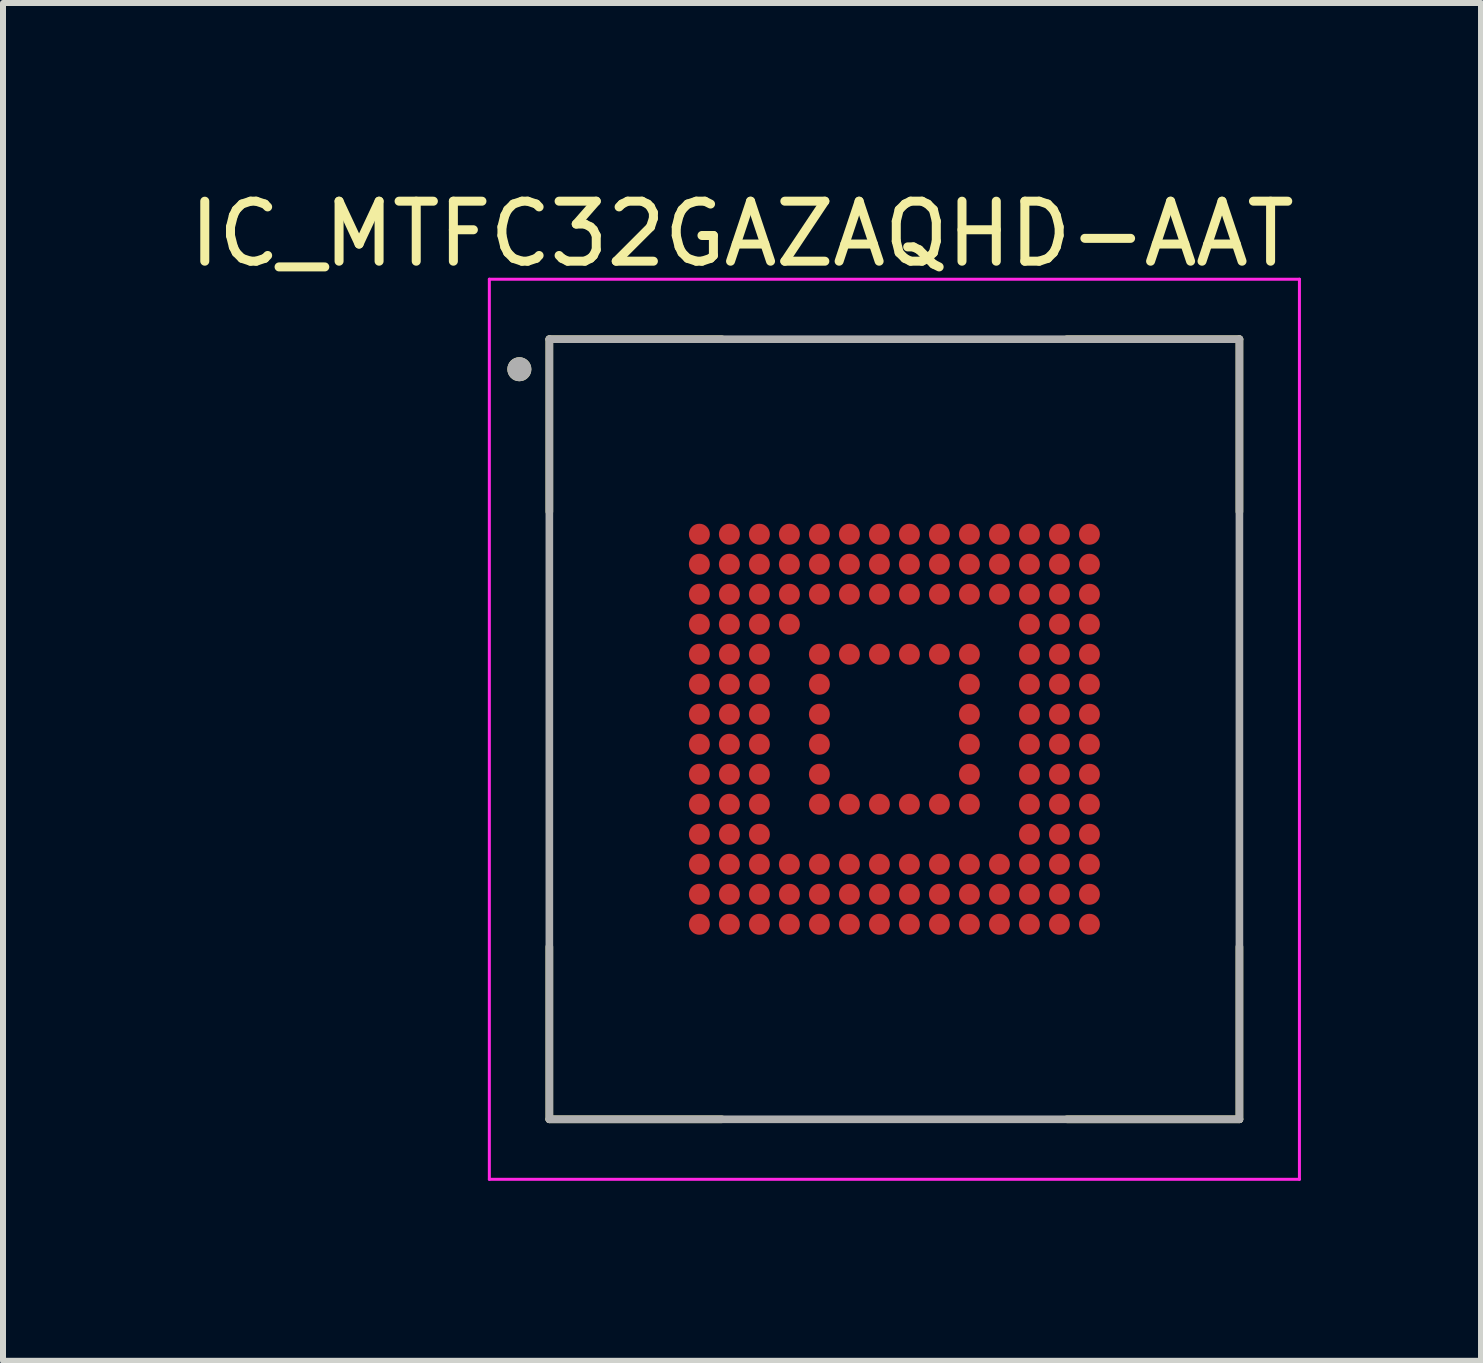
<source format=kicad_pcb>
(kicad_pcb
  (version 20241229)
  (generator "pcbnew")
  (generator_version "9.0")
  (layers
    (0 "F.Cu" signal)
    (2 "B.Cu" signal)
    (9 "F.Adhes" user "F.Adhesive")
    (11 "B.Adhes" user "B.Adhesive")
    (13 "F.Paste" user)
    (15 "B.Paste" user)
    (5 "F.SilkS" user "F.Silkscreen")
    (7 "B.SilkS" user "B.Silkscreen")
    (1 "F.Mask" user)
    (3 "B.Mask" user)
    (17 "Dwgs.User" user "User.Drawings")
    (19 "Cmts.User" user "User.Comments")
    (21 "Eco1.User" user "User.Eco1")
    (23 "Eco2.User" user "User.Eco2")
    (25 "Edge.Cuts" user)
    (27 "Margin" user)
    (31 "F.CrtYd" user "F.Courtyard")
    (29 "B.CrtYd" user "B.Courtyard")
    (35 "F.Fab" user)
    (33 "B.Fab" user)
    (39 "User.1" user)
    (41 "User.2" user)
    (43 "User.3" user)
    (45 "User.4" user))
  (footprint "IC_MTFC32GAZAQHD-AAT"
    (layer "F.Cu")
    (at 11.855 9.103)
    (property "Reference" "IC_MTFC32GAZAQHD-AAT" (at -2.54 -8.255 0) (layer "F.SilkS") (effects (font (size 1 1) (thickness 0.15))))
    (attr smd)
    (fp_circle (center -3.25 -3.25) (end -3.138 -3.25) (stroke (width 0.225) (type solid)) (fill no) (layer "F.Mask"))
    (fp_circle (center -3.25 -2.75) (end -3.138 -2.75) (stroke (width 0.225) (type solid)) (fill no) (layer "F.Mask"))
    (fp_circle (center -3.25 -2.25) (end -3.138 -2.25) (stroke (width 0.225) (type solid)) (fill no) (layer "F.Mask"))
    (fp_circle (center -3.25 -1.75) (end -3.138 -1.75) (stroke (width 0.225) (type solid)) (fill no) (layer "F.Mask"))
    (fp_circle (center -3.25 -1.25) (end -3.138 -1.25) (stroke (width 0.225) (type solid)) (fill no) (layer "F.Mask"))
    (fp_circle (center -3.25 -0.75) (end -3.138 -0.75) (stroke (width 0.225) (type solid)) (fill no) (layer "F.Mask"))
    (fp_circle (center -3.25 -0.25) (end -3.138 -0.25) (stroke (width 0.225) (type solid)) (fill no) (layer "F.Mask"))
    (fp_circle (center -3.25 0.25) (end -3.138 0.25) (stroke (width 0.225) (type solid)) (fill no) (layer "F.Mask"))
    (fp_circle (center -3.25 0.75) (end -3.138 0.75) (stroke (width 0.225) (type solid)) (fill no) (layer "F.Mask"))
    (fp_circle (center -3.25 1.25) (end -3.138 1.25) (stroke (width 0.225) (type solid)) (fill no) (layer "F.Mask"))
    (fp_circle (center -3.25 1.75) (end -3.138 1.75) (stroke (width 0.225) (type solid)) (fill no) (layer "F.Mask"))
    (fp_circle (center -3.25 2.25) (end -3.138 2.25) (stroke (width 0.225) (type solid)) (fill no) (layer "F.Mask"))
    (fp_circle (center -3.25 2.75) (end -3.138 2.75) (stroke (width 0.225) (type solid)) (fill no) (layer "F.Mask"))
    (fp_circle (center -3.25 3.25) (end -3.138 3.25) (stroke (width 0.225) (type solid)) (fill no) (layer "F.Mask"))
    (fp_circle (center -2.75 -3.25) (end -2.638 -3.25) (stroke (width 0.225) (type solid)) (fill no) (layer "F.Mask"))
    (fp_circle (center -2.75 -2.75) (end -2.638 -2.75) (stroke (width 0.225) (type solid)) (fill no) (layer "F.Mask"))
    (fp_circle (center -2.75 -2.25) (end -2.638 -2.25) (stroke (width 0.225) (type solid)) (fill no) (layer "F.Mask"))
    (fp_circle (center -2.75 -1.75) (end -2.638 -1.75) (stroke (width 0.225) (type solid)) (fill no) (layer "F.Mask"))
    (fp_circle (center -2.75 -1.25) (end -2.638 -1.25) (stroke (width 0.225) (type solid)) (fill no) (layer "F.Mask"))
    (fp_circle (center -2.75 -0.75) (end -2.638 -0.75) (stroke (width 0.225) (type solid)) (fill no) (layer "F.Mask"))
    (fp_circle (center -2.75 -0.25) (end -2.638 -0.25) (stroke (width 0.225) (type solid)) (fill no) (layer "F.Mask"))
    (fp_circle (center -2.75 0.25) (end -2.638 0.25) (stroke (width 0.225) (type solid)) (fill no) (layer "F.Mask"))
    (fp_circle (center -2.75 0.75) (end -2.638 0.75) (stroke (width 0.225) (type solid)) (fill no) (layer "F.Mask"))
    (fp_circle (center -2.75 1.25) (end -2.638 1.25) (stroke (width 0.225) (type solid)) (fill no) (layer "F.Mask"))
    (fp_circle (center -2.75 1.75) (end -2.638 1.75) (stroke (width 0.225) (type solid)) (fill no) (layer "F.Mask"))
    (fp_circle (center -2.75 2.25) (end -2.638 2.25) (stroke (width 0.225) (type solid)) (fill no) (layer "F.Mask"))
    (fp_circle (center -2.75 2.75) (end -2.638 2.75) (stroke (width 0.225) (type solid)) (fill no) (layer "F.Mask"))
    (fp_circle (center -2.75 3.25) (end -2.638 3.25) (stroke (width 0.225) (type solid)) (fill no) (layer "F.Mask"))
    (fp_circle (center -2.25 -3.25) (end -2.138 -3.25) (stroke (width 0.225) (type solid)) (fill no) (layer "F.Mask"))
    (fp_circle (center -2.25 -2.75) (end -2.138 -2.75) (stroke (width 0.225) (type solid)) (fill no) (layer "F.Mask"))
    (fp_circle (center -2.25 -2.25) (end -2.138 -2.25) (stroke (width 0.225) (type solid)) (fill no) (layer "F.Mask"))
    (fp_circle (center -2.25 -1.75) (end -2.138 -1.75) (stroke (width 0.225) (type solid)) (fill no) (layer "F.Mask"))
    (fp_circle (center -2.25 -1.25) (end -2.138 -1.25) (stroke (width 0.225) (type solid)) (fill no) (layer "F.Mask"))
    (fp_circle (center -2.25 -0.75) (end -2.138 -0.75) (stroke (width 0.225) (type solid)) (fill no) (layer "F.Mask"))
    (fp_circle (center -2.25 -0.25) (end -2.138 -0.25) (stroke (width 0.225) (type solid)) (fill no) (layer "F.Mask"))
    (fp_circle (center -2.25 0.25) (end -2.138 0.25) (stroke (width 0.225) (type solid)) (fill no) (layer "F.Mask"))
    (fp_circle (center -2.25 0.75) (end -2.138 0.75) (stroke (width 0.225) (type solid)) (fill no) (layer "F.Mask"))
    (fp_circle (center -2.25 1.25) (end -2.138 1.25) (stroke (width 0.225) (type solid)) (fill no) (layer "F.Mask"))
    (fp_circle (center -2.25 1.75) (end -2.138 1.75) (stroke (width 0.225) (type solid)) (fill no) (layer "F.Mask"))
    (fp_circle (center -2.25 2.25) (end -2.138 2.25) (stroke (width 0.225) (type solid)) (fill no) (layer "F.Mask"))
    (fp_circle (center -2.25 2.75) (end -2.138 2.75) (stroke (width 0.225) (type solid)) (fill no) (layer "F.Mask"))
    (fp_circle (center -2.25 3.25) (end -2.138 3.25) (stroke (width 0.225) (type solid)) (fill no) (layer "F.Mask"))
    (fp_circle (center -1.75 -3.25) (end -1.637 -3.25) (stroke (width 0.225) (type solid)) (fill no) (layer "F.Mask"))
    (fp_circle (center -1.75 -2.75) (end -1.637 -2.75) (stroke (width 0.225) (type solid)) (fill no) (layer "F.Mask"))
    (fp_circle (center -1.75 -2.25) (end -1.637 -2.25) (stroke (width 0.225) (type solid)) (fill no) (layer "F.Mask"))
    (fp_circle (center -1.75 -1.75) (end -1.637 -1.75) (stroke (width 0.225) (type solid)) (fill no) (layer "F.Mask"))
    (fp_circle (center -1.75 2.25) (end -1.637 2.25) (stroke (width 0.225) (type solid)) (fill no) (layer "F.Mask"))
    (fp_circle (center -1.75 2.75) (end -1.637 2.75) (stroke (width 0.225) (type solid)) (fill no) (layer "F.Mask"))
    (fp_circle (center -1.75 3.25) (end -1.637 3.25) (stroke (width 0.225) (type solid)) (fill no) (layer "F.Mask"))
    (fp_circle (center -1.25 -3.25) (end -1.137 -3.25) (stroke (width 0.225) (type solid)) (fill no) (layer "F.Mask"))
    (fp_circle (center -1.25 -2.75) (end -1.137 -2.75) (stroke (width 0.225) (type solid)) (fill no) (layer "F.Mask"))
    (fp_circle (center -1.25 -2.25) (end -1.137 -2.25) (stroke (width 0.225) (type solid)) (fill no) (layer "F.Mask"))
    (fp_circle (center -1.25 -1.25) (end -1.137 -1.25) (stroke (width 0.225) (type solid)) (fill no) (layer "F.Mask"))
    (fp_circle (center -1.25 -0.75) (end -1.137 -0.75) (stroke (width 0.225) (type solid)) (fill no) (layer "F.Mask"))
    (fp_circle (center -1.25 -0.25) (end -1.137 -0.25) (stroke (width 0.225) (type solid)) (fill no) (layer "F.Mask"))
    (fp_circle (center -1.25 0.25) (end -1.137 0.25) (stroke (width 0.225) (type solid)) (fill no) (layer "F.Mask"))
    (fp_circle (center -1.25 0.75) (end -1.137 0.75) (stroke (width 0.225) (type solid)) (fill no) (layer "F.Mask"))
    (fp_circle (center -1.25 1.25) (end -1.137 1.25) (stroke (width 0.225) (type solid)) (fill no) (layer "F.Mask"))
    (fp_circle (center -1.25 2.25) (end -1.137 2.25) (stroke (width 0.225) (type solid)) (fill no) (layer "F.Mask"))
    (fp_circle (center -1.25 2.75) (end -1.137 2.75) (stroke (width 0.225) (type solid)) (fill no) (layer "F.Mask"))
    (fp_circle (center -1.25 3.25) (end -1.137 3.25) (stroke (width 0.225) (type solid)) (fill no) (layer "F.Mask"))
    (fp_circle (center -0.75 -3.25) (end -0.637 -3.25) (stroke (width 0.225) (type solid)) (fill no) (layer "F.Mask"))
    (fp_circle (center -0.75 -2.75) (end -0.637 -2.75) (stroke (width 0.225) (type solid)) (fill no) (layer "F.Mask"))
    (fp_circle (center -0.75 -2.25) (end -0.637 -2.25) (stroke (width 0.225) (type solid)) (fill no) (layer "F.Mask"))
    (fp_circle (center -0.75 -1.25) (end -0.637 -1.25) (stroke (width 0.225) (type solid)) (fill no) (layer "F.Mask"))
    (fp_circle (center -0.75 1.25) (end -0.637 1.25) (stroke (width 0.225) (type solid)) (fill no) (layer "F.Mask"))
    (fp_circle (center -0.75 2.25) (end -0.637 2.25) (stroke (width 0.225) (type solid)) (fill no) (layer "F.Mask"))
    (fp_circle (center -0.75 2.75) (end -0.637 2.75) (stroke (width 0.225) (type solid)) (fill no) (layer "F.Mask"))
    (fp_circle (center -0.75 3.25) (end -0.637 3.25) (stroke (width 0.225) (type solid)) (fill no) (layer "F.Mask"))
    (fp_circle (center -0.25 -3.25) (end -0.138 -3.25) (stroke (width 0.225) (type solid)) (fill no) (layer "F.Mask"))
    (fp_circle (center -0.25 -2.75) (end -0.138 -2.75) (stroke (width 0.225) (type solid)) (fill no) (layer "F.Mask"))
    (fp_circle (center -0.25 -2.25) (end -0.138 -2.25) (stroke (width 0.225) (type solid)) (fill no) (layer "F.Mask"))
    (fp_circle (center -0.25 -1.25) (end -0.138 -1.25) (stroke (width 0.225) (type solid)) (fill no) (layer "F.Mask"))
    (fp_circle (center -0.25 1.25) (end -0.138 1.25) (stroke (width 0.225) (type solid)) (fill no) (layer "F.Mask"))
    (fp_circle (center -0.25 2.25) (end -0.138 2.25) (stroke (width 0.225) (type solid)) (fill no) (layer "F.Mask"))
    (fp_circle (center -0.25 2.75) (end -0.138 2.75) (stroke (width 0.225) (type solid)) (fill no) (layer "F.Mask"))
    (fp_circle (center -0.25 3.25) (end -0.138 3.25) (stroke (width 0.225) (type solid)) (fill no) (layer "F.Mask"))
    (fp_circle (center 0.25 -3.25) (end 0.362 -3.25) (stroke (width 0.225) (type solid)) (fill no) (layer "F.Mask"))
    (fp_circle (center 0.25 -2.75) (end 0.362 -2.75) (stroke (width 0.225) (type solid)) (fill no) (layer "F.Mask"))
    (fp_circle (center 0.25 -2.25) (end 0.362 -2.25) (stroke (width 0.225) (type solid)) (fill no) (layer "F.Mask"))
    (fp_circle (center 0.25 -1.25) (end 0.362 -1.25) (stroke (width 0.225) (type solid)) (fill no) (layer "F.Mask"))
    (fp_circle (center 0.25 1.25) (end 0.362 1.25) (stroke (width 0.225) (type solid)) (fill no) (layer "F.Mask"))
    (fp_circle (center 0.25 2.25) (end 0.362 2.25) (stroke (width 0.225) (type solid)) (fill no) (layer "F.Mask"))
    (fp_circle (center 0.25 2.75) (end 0.362 2.75) (stroke (width 0.225) (type solid)) (fill no) (layer "F.Mask"))
    (fp_circle (center 0.25 3.25) (end 0.362 3.25) (stroke (width 0.225) (type solid)) (fill no) (layer "F.Mask"))
    (fp_circle (center 0.75 -3.25) (end 0.863 -3.25) (stroke (width 0.225) (type solid)) (fill no) (layer "F.Mask"))
    (fp_circle (center 0.75 -2.75) (end 0.863 -2.75) (stroke (width 0.225) (type solid)) (fill no) (layer "F.Mask"))
    (fp_circle (center 0.75 -2.25) (end 0.863 -2.25) (stroke (width 0.225) (type solid)) (fill no) (layer "F.Mask"))
    (fp_circle (center 0.75 -1.25) (end 0.863 -1.25) (stroke (width 0.225) (type solid)) (fill no) (layer "F.Mask"))
    (fp_circle (center 0.75 1.25) (end 0.863 1.25) (stroke (width 0.225) (type solid)) (fill no) (layer "F.Mask"))
    (fp_circle (center 0.75 2.25) (end 0.863 2.25) (stroke (width 0.225) (type solid)) (fill no) (layer "F.Mask"))
    (fp_circle (center 0.75 2.75) (end 0.863 2.75) (stroke (width 0.225) (type solid)) (fill no) (layer "F.Mask"))
    (fp_circle (center 0.75 3.25) (end 0.863 3.25) (stroke (width 0.225) (type solid)) (fill no) (layer "F.Mask"))
    (fp_circle (center 1.25 -3.25) (end 1.363 -3.25) (stroke (width 0.225) (type solid)) (fill no) (layer "F.Mask"))
    (fp_circle (center 1.25 -2.75) (end 1.363 -2.75) (stroke (width 0.225) (type solid)) (fill no) (layer "F.Mask"))
    (fp_circle (center 1.25 -2.25) (end 1.363 -2.25) (stroke (width 0.225) (type solid)) (fill no) (layer "F.Mask"))
    (fp_circle (center 1.25 -1.25) (end 1.363 -1.25) (stroke (width 0.225) (type solid)) (fill no) (layer "F.Mask"))
    (fp_circle (center 1.25 -0.75) (end 1.363 -0.75) (stroke (width 0.225) (type solid)) (fill no) (layer "F.Mask"))
    (fp_circle (center 1.25 -0.25) (end 1.363 -0.25) (stroke (width 0.225) (type solid)) (fill no) (layer "F.Mask"))
    (fp_circle (center 1.25 0.25) (end 1.363 0.25) (stroke (width 0.225) (type solid)) (fill no) (layer "F.Mask"))
    (fp_circle (center 1.25 0.75) (end 1.363 0.75) (stroke (width 0.225) (type solid)) (fill no) (layer "F.Mask"))
    (fp_circle (center 1.25 1.25) (end 1.363 1.25) (stroke (width 0.225) (type solid)) (fill no) (layer "F.Mask"))
    (fp_circle (center 1.25 2.25) (end 1.363 2.25) (stroke (width 0.225) (type solid)) (fill no) (layer "F.Mask"))
    (fp_circle (center 1.25 2.75) (end 1.363 2.75) (stroke (width 0.225) (type solid)) (fill no) (layer "F.Mask"))
    (fp_circle (center 1.25 3.25) (end 1.363 3.25) (stroke (width 0.225) (type solid)) (fill no) (layer "F.Mask"))
    (fp_circle (center 1.75 -3.25) (end 1.863 -3.25) (stroke (width 0.225) (type solid)) (fill no) (layer "F.Mask"))
    (fp_circle (center 1.75 -2.75) (end 1.863 -2.75) (stroke (width 0.225) (type solid)) (fill no) (layer "F.Mask"))
    (fp_circle (center 1.75 -2.25) (end 1.863 -2.25) (stroke (width 0.225) (type solid)) (fill no) (layer "F.Mask"))
    (fp_circle (center 1.75 2.25) (end 1.863 2.25) (stroke (width 0.225) (type solid)) (fill no) (layer "F.Mask"))
    (fp_circle (center 1.75 2.75) (end 1.863 2.75) (stroke (width 0.225) (type solid)) (fill no) (layer "F.Mask"))
    (fp_circle (center 1.75 3.25) (end 1.863 3.25) (stroke (width 0.225) (type solid)) (fill no) (layer "F.Mask"))
    (fp_circle (center 2.25 -3.25) (end 2.362 -3.25) (stroke (width 0.225) (type solid)) (fill no) (layer "F.Mask"))
    (fp_circle (center 2.25 -2.75) (end 2.362 -2.75) (stroke (width 0.225) (type solid)) (fill no) (layer "F.Mask"))
    (fp_circle (center 2.25 -2.25) (end 2.362 -2.25) (stroke (width 0.225) (type solid)) (fill no) (layer "F.Mask"))
    (fp_circle (center 2.25 -1.75) (end 2.362 -1.75) (stroke (width 0.225) (type solid)) (fill no) (layer "F.Mask"))
    (fp_circle (center 2.25 -1.25) (end 2.362 -1.25) (stroke (width 0.225) (type solid)) (fill no) (layer "F.Mask"))
    (fp_circle (center 2.25 -0.75) (end 2.362 -0.75) (stroke (width 0.225) (type solid)) (fill no) (layer "F.Mask"))
    (fp_circle (center 2.25 -0.25) (end 2.362 -0.25) (stroke (width 0.225) (type solid)) (fill no) (layer "F.Mask"))
    (fp_circle (center 2.25 0.25) (end 2.362 0.25) (stroke (width 0.225) (type solid)) (fill no) (layer "F.Mask"))
    (fp_circle (center 2.25 0.75) (end 2.362 0.75) (stroke (width 0.225) (type solid)) (fill no) (layer "F.Mask"))
    (fp_circle (center 2.25 1.25) (end 2.362 1.25) (stroke (width 0.225) (type solid)) (fill no) (layer "F.Mask"))
    (fp_circle (center 2.25 1.75) (end 2.362 1.75) (stroke (width 0.225) (type solid)) (fill no) (layer "F.Mask"))
    (fp_circle (center 2.25 2.25) (end 2.362 2.25) (stroke (width 0.225) (type solid)) (fill no) (layer "F.Mask"))
    (fp_circle (center 2.25 2.75) (end 2.362 2.75) (stroke (width 0.225) (type solid)) (fill no) (layer "F.Mask"))
    (fp_circle (center 2.25 3.25) (end 2.362 3.25) (stroke (width 0.225) (type solid)) (fill no) (layer "F.Mask"))
    (fp_circle (center 2.75 -3.25) (end 2.862 -3.25) (stroke (width 0.225) (type solid)) (fill no) (layer "F.Mask"))
    (fp_circle (center 2.75 -2.75) (end 2.862 -2.75) (stroke (width 0.225) (type solid)) (fill no) (layer "F.Mask"))
    (fp_circle (center 2.75 -2.25) (end 2.862 -2.25) (stroke (width 0.225) (type solid)) (fill no) (layer "F.Mask"))
    (fp_circle (center 2.75 -1.75) (end 2.862 -1.75) (stroke (width 0.225) (type solid)) (fill no) (layer "F.Mask"))
    (fp_circle (center 2.75 -1.25) (end 2.862 -1.25) (stroke (width 0.225) (type solid)) (fill no) (layer "F.Mask"))
    (fp_circle (center 2.75 -0.75) (end 2.862 -0.75) (stroke (width 0.225) (type solid)) (fill no) (layer "F.Mask"))
    (fp_circle (center 2.75 -0.25) (end 2.862 -0.25) (stroke (width 0.225) (type solid)) (fill no) (layer "F.Mask"))
    (fp_circle (center 2.75 0.25) (end 2.862 0.25) (stroke (width 0.225) (type solid)) (fill no) (layer "F.Mask"))
    (fp_circle (center 2.75 0.75) (end 2.862 0.75) (stroke (width 0.225) (type solid)) (fill no) (layer "F.Mask"))
    (fp_circle (center 2.75 1.25) (end 2.862 1.25) (stroke (width 0.225) (type solid)) (fill no) (layer "F.Mask"))
    (fp_circle (center 2.75 1.75) (end 2.862 1.75) (stroke (width 0.225) (type solid)) (fill no) (layer "F.Mask"))
    (fp_circle (center 2.75 2.25) (end 2.862 2.25) (stroke (width 0.225) (type solid)) (fill no) (layer "F.Mask"))
    (fp_circle (center 2.75 2.75) (end 2.862 2.75) (stroke (width 0.225) (type solid)) (fill no) (layer "F.Mask"))
    (fp_circle (center 2.75 3.25) (end 2.862 3.25) (stroke (width 0.225) (type solid)) (fill no) (layer "F.Mask"))
    (fp_circle (center 3.25 -3.25) (end 3.362 -3.25) (stroke (width 0.225) (type solid)) (fill no) (layer "F.Mask"))
    (fp_circle (center 3.25 -2.75) (end 3.362 -2.75) (stroke (width 0.225) (type solid)) (fill no) (layer "F.Mask"))
    (fp_circle (center 3.25 -2.25) (end 3.362 -2.25) (stroke (width 0.225) (type solid)) (fill no) (layer "F.Mask"))
    (fp_circle (center 3.25 -1.75) (end 3.362 -1.75) (stroke (width 0.225) (type solid)) (fill no) (layer "F.Mask"))
    (fp_circle (center 3.25 -1.25) (end 3.362 -1.25) (stroke (width 0.225) (type solid)) (fill no) (layer "F.Mask"))
    (fp_circle (center 3.25 -0.75) (end 3.362 -0.75) (stroke (width 0.225) (type solid)) (fill no) (layer "F.Mask"))
    (fp_circle (center 3.25 -0.25) (end 3.362 -0.25) (stroke (width 0.225) (type solid)) (fill no) (layer "F.Mask"))
    (fp_circle (center 3.25 0.25) (end 3.362 0.25) (stroke (width 0.225) (type solid)) (fill no) (layer "F.Mask"))
    (fp_circle (center 3.25 0.75) (end 3.362 0.75) (stroke (width 0.225) (type solid)) (fill no) (layer "F.Mask"))
    (fp_circle (center 3.25 1.25) (end 3.362 1.25) (stroke (width 0.225) (type solid)) (fill no) (layer "F.Mask"))
    (fp_circle (center 3.25 1.75) (end 3.362 1.75) (stroke (width 0.225) (type solid)) (fill no) (layer "F.Mask"))
    (fp_circle (center 3.25 2.25) (end 3.362 2.25) (stroke (width 0.225) (type solid)) (fill no) (layer "F.Mask"))
    (fp_circle (center 3.25 2.75) (end 3.362 2.75) (stroke (width 0.225) (type solid)) (fill no) (layer "F.Mask"))
    (fp_circle (center 3.25 3.25) (end 3.362 3.25) (stroke (width 0.225) (type solid)) (fill no) (layer "F.Mask"))
    (fp_line (start -5.75 -6.5) (end -2.875 -6.5) (stroke (width 0.127) (type solid)) (layer "F.SilkS"))
    (fp_line (start -5.75 -3.625) (end -5.75 -6.5) (stroke (width 0.127) (type solid)) (layer "F.SilkS"))
    (fp_line (start -5.75 3.625) (end -5.75 6.5) (stroke (width 0.127) (type solid)) (layer "F.SilkS"))
    (fp_line (start -5.75 6.5) (end -2.875 6.5) (stroke (width 0.127) (type solid)) (layer "F.SilkS"))
    (fp_line (start 5.75 -6.5) (end 2.875 -6.5) (stroke (width 0.127) (type solid)) (layer "F.SilkS"))
    (fp_line (start 5.75 -3.625) (end 5.75 -6.5) (stroke (width 0.127) (type solid)) (layer "F.SilkS"))
    (fp_line (start 5.75 3.625) (end 5.75 6.5) (stroke (width 0.127) (type solid)) (layer "F.SilkS"))
    (fp_line (start 5.75 6.5) (end 2.875 6.5) (stroke (width 0.127) (type solid)) (layer "F.SilkS"))
    (fp_circle (center -6.25 -6) (end -6.15 -6) (stroke (width 0.2) (type solid)) (fill no) (layer "F.SilkS"))
    (fp_line (start -6.75 -7.5) (end 6.75 -7.5) (stroke (width 0.05) (type solid)) (layer "F.CrtYd"))
    (fp_line (start -6.75 7.5) (end -6.75 -7.5) (stroke (width 0.05) (type solid)) (layer "F.CrtYd"))
    (fp_line (start 6.75 -7.5) (end 6.75 7.5) (stroke (width 0.05) (type solid)) (layer "F.CrtYd"))
    (fp_line (start 6.75 7.5) (end -6.75 7.5) (stroke (width 0.05) (type solid)) (layer "F.CrtYd"))
    (fp_line (start -5.75 -6.5) (end 5.75 -6.5) (stroke (width 0.127) (type solid)) (layer "F.Fab"))
    (fp_line (start -5.75 6.5) (end -5.75 -6.5) (stroke (width 0.127) (type solid)) (layer "F.Fab"))
    (fp_line (start 5.75 -6.5) (end 5.75 6.5) (stroke (width 0.127) (type solid)) (layer "F.Fab"))
    (fp_line (start 5.75 6.5) (end -5.75 6.5) (stroke (width 0.127) (type solid)) (layer "F.Fab"))
    (fp_circle (center -6.25 -6) (end -6.15 -6) (stroke (width 0.2) (type solid)) (fill no) (layer "F.Fab"))
    (pad "A1" smd circle (at -3.25 -3.25) (size 0.35 0.35) (layers "F.Cu" "F.Paste"))
    (pad "A2" smd circle (at -2.75 -3.25) (size 0.35 0.35) (layers "F.Cu" "F.Paste"))
    (pad "A3" smd circle (at -2.25 -3.25) (size 0.35 0.35) (layers "F.Cu" "F.Paste"))
    (pad "A4" smd circle (at -1.75 -3.25) (size 0.35 0.35) (layers "F.Cu" "F.Paste"))
    (pad "A5" smd circle (at -1.25 -3.25) (size 0.35 0.35) (layers "F.Cu" "F.Paste"))
    (pad "A6" smd circle (at -0.75 -3.25) (size 0.35 0.35) (layers "F.Cu" "F.Paste"))
    (pad "A7" smd circle (at -0.25 -3.25) (size 0.35 0.35) (layers "F.Cu" "F.Paste"))
    (pad "A8" smd circle (at 0.25 -3.25) (size 0.35 0.35) (layers "F.Cu" "F.Paste"))
    (pad "A9" smd circle (at 0.75 -3.25) (size 0.35 0.35) (layers "F.Cu" "F.Paste"))
    (pad "A10" smd circle (at 1.25 -3.25) (size 0.35 0.35) (layers "F.Cu" "F.Paste"))
    (pad "A11" smd circle (at 1.75 -3.25) (size 0.35 0.35) (layers "F.Cu" "F.Paste"))
    (pad "A12" smd circle (at 2.25 -3.25) (size 0.35 0.35) (layers "F.Cu" "F.Paste"))
    (pad "A13" smd circle (at 2.75 -3.25) (size 0.35 0.35) (layers "F.Cu" "F.Paste"))
    (pad "A14" smd circle (at 3.25 -3.25) (size 0.35 0.35) (layers "F.Cu" "F.Paste"))
    (pad "B1" smd circle (at -3.25 -2.75) (size 0.35 0.35) (layers "F.Cu" "F.Paste"))
    (pad "B2" smd circle (at -2.75 -2.75) (size 0.35 0.35) (layers "F.Cu" "F.Paste"))
    (pad "B3" smd circle (at -2.25 -2.75) (size 0.35 0.35) (layers "F.Cu" "F.Paste"))
    (pad "B4" smd circle (at -1.75 -2.75) (size 0.35 0.35) (layers "F.Cu" "F.Paste"))
    (pad "B5" smd circle (at -1.25 -2.75) (size 0.35 0.35) (layers "F.Cu" "F.Paste"))
    (pad "B6" smd circle (at -0.75 -2.75) (size 0.35 0.35) (layers "F.Cu" "F.Paste"))
    (pad "B7" smd circle (at -0.25 -2.75) (size 0.35 0.35) (layers "F.Cu" "F.Paste"))
    (pad "B8" smd circle (at 0.25 -2.75) (size 0.35 0.35) (layers "F.Cu" "F.Paste"))
    (pad "B9" smd circle (at 0.75 -2.75) (size 0.35 0.35) (layers "F.Cu" "F.Paste"))
    (pad "B10" smd circle (at 1.25 -2.75) (size 0.35 0.35) (layers "F.Cu" "F.Paste"))
    (pad "B11" smd circle (at 1.75 -2.75) (size 0.35 0.35) (layers "F.Cu" "F.Paste"))
    (pad "B12" smd circle (at 2.25 -2.75) (size 0.35 0.35) (layers "F.Cu" "F.Paste"))
    (pad "B13" smd circle (at 2.75 -2.75) (size 0.35 0.35) (layers "F.Cu" "F.Paste"))
    (pad "B14" smd circle (at 3.25 -2.75) (size 0.35 0.35) (layers "F.Cu" "F.Paste"))
    (pad "C1" smd circle (at -3.25 -2.25) (size 0.35 0.35) (layers "F.Cu" "F.Paste"))
    (pad "C2" smd circle (at -2.75 -2.25) (size 0.35 0.35) (layers "F.Cu" "F.Paste"))
    (pad "C3" smd circle (at -2.25 -2.25) (size 0.35 0.35) (layers "F.Cu" "F.Paste"))
    (pad "C4" smd circle (at -1.75 -2.25) (size 0.35 0.35) (layers "F.Cu" "F.Paste"))
    (pad "C5" smd circle (at -1.25 -2.25) (size 0.35 0.35) (layers "F.Cu" "F.Paste"))
    (pad "C6" smd circle (at -0.75 -2.25) (size 0.35 0.35) (layers "F.Cu" "F.Paste"))
    (pad "C7" smd circle (at -0.25 -2.25) (size 0.35 0.35) (layers "F.Cu" "F.Paste"))
    (pad "C8" smd circle (at 0.25 -2.25) (size 0.35 0.35) (layers "F.Cu" "F.Paste"))
    (pad "C9" smd circle (at 0.75 -2.25) (size 0.35 0.35) (layers "F.Cu" "F.Paste"))
    (pad "C10" smd circle (at 1.25 -2.25) (size 0.35 0.35) (layers "F.Cu" "F.Paste"))
    (pad "C11" smd circle (at 1.75 -2.25) (size 0.35 0.35) (layers "F.Cu" "F.Paste"))
    (pad "C12" smd circle (at 2.25 -2.25) (size 0.35 0.35) (layers "F.Cu" "F.Paste"))
    (pad "C13" smd circle (at 2.75 -2.25) (size 0.35 0.35) (layers "F.Cu" "F.Paste"))
    (pad "C14" smd circle (at 3.25 -2.25) (size 0.35 0.35) (layers "F.Cu" "F.Paste"))
    (pad "D1" smd circle (at -3.25 -1.75) (size 0.35 0.35) (layers "F.Cu" "F.Paste"))
    (pad "D2" smd circle (at -2.75 -1.75) (size 0.35 0.35) (layers "F.Cu" "F.Paste"))
    (pad "D3" smd circle (at -2.25 -1.75) (size 0.35 0.35) (layers "F.Cu" "F.Paste"))
    (pad "D4" smd circle (at -1.75 -1.75) (size 0.35 0.35) (layers "F.Cu" "F.Paste"))
    (pad "D12" smd circle (at 2.25 -1.75) (size 0.35 0.35) (layers "F.Cu" "F.Paste"))
    (pad "D13" smd circle (at 2.75 -1.75) (size 0.35 0.35) (layers "F.Cu" "F.Paste"))
    (pad "D14" smd circle (at 3.25 -1.75) (size 0.35 0.35) (layers "F.Cu" "F.Paste"))
    (pad "E1" smd circle (at -3.25 -1.25) (size 0.35 0.35) (layers "F.Cu" "F.Paste"))
    (pad "E2" smd circle (at -2.75 -1.25) (size 0.35 0.35) (layers "F.Cu" "F.Paste"))
    (pad "E3" smd circle (at -2.25 -1.25) (size 0.35 0.35) (layers "F.Cu" "F.Paste"))
    (pad "E5" smd circle (at -1.25 -1.25) (size 0.35 0.35) (layers "F.Cu" "F.Paste"))
    (pad "E6" smd circle (at -0.75 -1.25) (size 0.35 0.35) (layers "F.Cu" "F.Paste"))
    (pad "E7" smd circle (at -0.25 -1.25) (size 0.35 0.35) (layers "F.Cu" "F.Paste"))
    (pad "E8" smd circle (at 0.25 -1.25) (size 0.35 0.35) (layers "F.Cu" "F.Paste"))
    (pad "E9" smd circle (at 0.75 -1.25) (size 0.35 0.35) (layers "F.Cu" "F.Paste"))
    (pad "E10" smd circle (at 1.25 -1.25) (size 0.35 0.35) (layers "F.Cu" "F.Paste"))
    (pad "E12" smd circle (at 2.25 -1.25) (size 0.35 0.35) (layers "F.Cu" "F.Paste"))
    (pad "E13" smd circle (at 2.75 -1.25) (size 0.35 0.35) (layers "F.Cu" "F.Paste"))
    (pad "E14" smd circle (at 3.25 -1.25) (size 0.35 0.35) (layers "F.Cu" "F.Paste"))
    (pad "F1" smd circle (at -3.25 -0.75) (size 0.35 0.35) (layers "F.Cu" "F.Paste"))
    (pad "F2" smd circle (at -2.75 -0.75) (size 0.35 0.35) (layers "F.Cu" "F.Paste"))
    (pad "F3" smd circle (at -2.25 -0.75) (size 0.35 0.35) (layers "F.Cu" "F.Paste"))
    (pad "F5" smd circle (at -1.25 -0.75) (size 0.35 0.35) (layers "F.Cu" "F.Paste"))
    (pad "F10" smd circle (at 1.25 -0.75) (size 0.35 0.35) (layers "F.Cu" "F.Paste"))
    (pad "F12" smd circle (at 2.25 -0.75) (size 0.35 0.35) (layers "F.Cu" "F.Paste"))
    (pad "F13" smd circle (at 2.75 -0.75) (size 0.35 0.35) (layers "F.Cu" "F.Paste"))
    (pad "F14" smd circle (at 3.25 -0.75) (size 0.35 0.35) (layers "F.Cu" "F.Paste"))
    (pad "G1" smd circle (at -3.25 -0.25) (size 0.35 0.35) (layers "F.Cu" "F.Paste"))
    (pad "G2" smd circle (at -2.75 -0.25) (size 0.35 0.35) (layers "F.Cu" "F.Paste"))
    (pad "G3" smd circle (at -2.25 -0.25) (size 0.35 0.35) (layers "F.Cu" "F.Paste"))
    (pad "G5" smd circle (at -1.25 -0.25) (size 0.35 0.35) (layers "F.Cu" "F.Paste"))
    (pad "G10" smd circle (at 1.25 -0.25) (size 0.35 0.35) (layers "F.Cu" "F.Paste"))
    (pad "G12" smd circle (at 2.25 -0.25) (size 0.35 0.35) (layers "F.Cu" "F.Paste"))
    (pad "G13" smd circle (at 2.75 -0.25) (size 0.35 0.35) (layers "F.Cu" "F.Paste"))
    (pad "G14" smd circle (at 3.25 -0.25) (size 0.35 0.35) (layers "F.Cu" "F.Paste"))
    (pad "H1" smd circle (at -3.25 0.25) (size 0.35 0.35) (layers "F.Cu" "F.Paste"))
    (pad "H2" smd circle (at -2.75 0.25) (size 0.35 0.35) (layers "F.Cu" "F.Paste"))
    (pad "H3" smd circle (at -2.25 0.25) (size 0.35 0.35) (layers "F.Cu" "F.Paste"))
    (pad "H5" smd circle (at -1.25 0.25) (size 0.35 0.35) (layers "F.Cu" "F.Paste"))
    (pad "H10" smd circle (at 1.25 0.25) (size 0.35 0.35) (layers "F.Cu" "F.Paste"))
    (pad "H12" smd circle (at 2.25 0.25) (size 0.35 0.35) (layers "F.Cu" "F.Paste"))
    (pad "H13" smd circle (at 2.75 0.25) (size 0.35 0.35) (layers "F.Cu" "F.Paste"))
    (pad "H14" smd circle (at 3.25 0.25) (size 0.35 0.35) (layers "F.Cu" "F.Paste"))
    (pad "J1" smd circle (at -3.25 0.75) (size 0.35 0.35) (layers "F.Cu" "F.Paste"))
    (pad "J2" smd circle (at -2.75 0.75) (size 0.35 0.35) (layers "F.Cu" "F.Paste"))
    (pad "J3" smd circle (at -2.25 0.75) (size 0.35 0.35) (layers "F.Cu" "F.Paste"))
    (pad "J5" smd circle (at -1.25 0.75) (size 0.35 0.35) (layers "F.Cu" "F.Paste"))
    (pad "J10" smd circle (at 1.25 0.75) (size 0.35 0.35) (layers "F.Cu" "F.Paste"))
    (pad "J12" smd circle (at 2.25 0.75) (size 0.35 0.35) (layers "F.Cu" "F.Paste"))
    (pad "J13" smd circle (at 2.75 0.75) (size 0.35 0.35) (layers "F.Cu" "F.Paste"))
    (pad "J14" smd circle (at 3.25 0.75) (size 0.35 0.35) (layers "F.Cu" "F.Paste"))
    (pad "K1" smd circle (at -3.25 1.25) (size 0.35 0.35) (layers "F.Cu" "F.Paste"))
    (pad "K2" smd circle (at -2.75 1.25) (size 0.35 0.35) (layers "F.Cu" "F.Paste"))
    (pad "K3" smd circle (at -2.25 1.25) (size 0.35 0.35) (layers "F.Cu" "F.Paste"))
    (pad "K5" smd circle (at -1.25 1.25) (size 0.35 0.35) (layers "F.Cu" "F.Paste"))
    (pad "K6" smd circle (at -0.75 1.25) (size 0.35 0.35) (layers "F.Cu" "F.Paste"))
    (pad "K7" smd circle (at -0.25 1.25) (size 0.35 0.35) (layers "F.Cu" "F.Paste"))
    (pad "K8" smd circle (at 0.25 1.25) (size 0.35 0.35) (layers "F.Cu" "F.Paste"))
    (pad "K9" smd circle (at 0.75 1.25) (size 0.35 0.35) (layers "F.Cu" "F.Paste"))
    (pad "K10" smd circle (at 1.25 1.25) (size 0.35 0.35) (layers "F.Cu" "F.Paste"))
    (pad "K12" smd circle (at 2.25 1.25) (size 0.35 0.35) (layers "F.Cu" "F.Paste"))
    (pad "K13" smd circle (at 2.75 1.25) (size 0.35 0.35) (layers "F.Cu" "F.Paste"))
    (pad "K14" smd circle (at 3.25 1.25) (size 0.35 0.35) (layers "F.Cu" "F.Paste"))
    (pad "L1" smd circle (at -3.25 1.75) (size 0.35 0.35) (layers "F.Cu" "F.Paste"))
    (pad "L2" smd circle (at -2.75 1.75) (size 0.35 0.35) (layers "F.Cu" "F.Paste"))
    (pad "L3" smd circle (at -2.25 1.75) (size 0.35 0.35) (layers "F.Cu" "F.Paste"))
    (pad "L12" smd circle (at 2.25 1.75) (size 0.35 0.35) (layers "F.Cu" "F.Paste"))
    (pad "L13" smd circle (at 2.75 1.75) (size 0.35 0.35) (layers "F.Cu" "F.Paste"))
    (pad "L14" smd circle (at 3.25 1.75) (size 0.35 0.35) (layers "F.Cu" "F.Paste"))
    (pad "M1" smd circle (at -3.25 2.25) (size 0.35 0.35) (layers "F.Cu" "F.Paste"))
    (pad "M2" smd circle (at -2.75 2.25) (size 0.35 0.35) (layers "F.Cu" "F.Paste"))
    (pad "M3" smd circle (at -2.25 2.25) (size 0.35 0.35) (layers "F.Cu" "F.Paste"))
    (pad "M4" smd circle (at -1.75 2.25) (size 0.35 0.35) (layers "F.Cu" "F.Paste"))
    (pad "M5" smd circle (at -1.25 2.25) (size 0.35 0.35) (layers "F.Cu" "F.Paste"))
    (pad "M6" smd circle (at -0.75 2.25) (size 0.35 0.35) (layers "F.Cu" "F.Paste"))
    (pad "M7" smd circle (at -0.25 2.25) (size 0.35 0.35) (layers "F.Cu" "F.Paste"))
    (pad "M8" smd circle (at 0.25 2.25) (size 0.35 0.35) (layers "F.Cu" "F.Paste"))
    (pad "M9" smd circle (at 0.75 2.25) (size 0.35 0.35) (layers "F.Cu" "F.Paste"))
    (pad "M10" smd circle (at 1.25 2.25) (size 0.35 0.35) (layers "F.Cu" "F.Paste"))
    (pad "M11" smd circle (at 1.75 2.25) (size 0.35 0.35) (layers "F.Cu" "F.Paste"))
    (pad "M12" smd circle (at 2.25 2.25) (size 0.35 0.35) (layers "F.Cu" "F.Paste"))
    (pad "M13" smd circle (at 2.75 2.25) (size 0.35 0.35) (layers "F.Cu" "F.Paste"))
    (pad "M14" smd circle (at 3.25 2.25) (size 0.35 0.35) (layers "F.Cu" "F.Paste"))
    (pad "N1" smd circle (at -3.25 2.75) (size 0.35 0.35) (layers "F.Cu" "F.Paste"))
    (pad "N2" smd circle (at -2.75 2.75) (size 0.35 0.35) (layers "F.Cu" "F.Paste"))
    (pad "N3" smd circle (at -2.25 2.75) (size 0.35 0.35) (layers "F.Cu" "F.Paste"))
    (pad "N4" smd circle (at -1.75 2.75) (size 0.35 0.35) (layers "F.Cu" "F.Paste"))
    (pad "N5" smd circle (at -1.25 2.75) (size 0.35 0.35) (layers "F.Cu" "F.Paste"))
    (pad "N6" smd circle (at -0.75 2.75) (size 0.35 0.35) (layers "F.Cu" "F.Paste"))
    (pad "N7" smd circle (at -0.25 2.75) (size 0.35 0.35) (layers "F.Cu" "F.Paste"))
    (pad "N8" smd circle (at 0.25 2.75) (size 0.35 0.35) (layers "F.Cu" "F.Paste"))
    (pad "N9" smd circle (at 0.75 2.75) (size 0.35 0.35) (layers "F.Cu" "F.Paste"))
    (pad "N10" smd circle (at 1.25 2.75) (size 0.35 0.35) (layers "F.Cu" "F.Paste"))
    (pad "N11" smd circle (at 1.75 2.75) (size 0.35 0.35) (layers "F.Cu" "F.Paste"))
    (pad "N12" smd circle (at 2.25 2.75) (size 0.35 0.35) (layers "F.Cu" "F.Paste"))
    (pad "N13" smd circle (at 2.75 2.75) (size 0.35 0.35) (layers "F.Cu" "F.Paste"))
    (pad "N14" smd circle (at 3.25 2.75) (size 0.35 0.35) (layers "F.Cu" "F.Paste"))
    (pad "P1" smd circle (at -3.25 3.25) (size 0.35 0.35) (layers "F.Cu" "F.Paste"))
    (pad "P2" smd circle (at -2.75 3.25) (size 0.35 0.35) (layers "F.Cu" "F.Paste"))
    (pad "P3" smd circle (at -2.25 3.25) (size 0.35 0.35) (layers "F.Cu" "F.Paste"))
    (pad "P4" smd circle (at -1.75 3.25) (size 0.35 0.35) (layers "F.Cu" "F.Paste"))
    (pad "P5" smd circle (at -1.25 3.25) (size 0.35 0.35) (layers "F.Cu" "F.Paste"))
    (pad "P6" smd circle (at -0.75 3.25) (size 0.35 0.35) (layers "F.Cu" "F.Paste"))
    (pad "P7" smd circle (at -0.25 3.25) (size 0.35 0.35) (layers "F.Cu" "F.Paste"))
    (pad "P8" smd circle (at 0.25 3.25) (size 0.35 0.35) (layers "F.Cu" "F.Paste"))
    (pad "P9" smd circle (at 0.75 3.25) (size 0.35 0.35) (layers "F.Cu" "F.Paste"))
    (pad "P10" smd circle (at 1.25 3.25) (size 0.35 0.35) (layers "F.Cu" "F.Paste"))
    (pad "P11" smd circle (at 1.75 3.25) (size 0.35 0.35) (layers "F.Cu" "F.Paste"))
    (pad "P12" smd circle (at 2.25 3.25) (size 0.35 0.35) (layers "F.Cu" "F.Paste"))
    (pad "P13" smd circle (at 2.75 3.25) (size 0.35 0.35) (layers "F.Cu" "F.Paste"))
    (pad "P14" smd circle (at 3.25 3.25) (size 0.35 0.35) (layers "F.Cu" "F.Paste")))
  (gr_rect
    (start -3 -3)
    (end 21.631 19.628)
    (stroke (width 0.1) (type default))
    (fill no)
    (layer "Edge.Cuts")))
</source>
